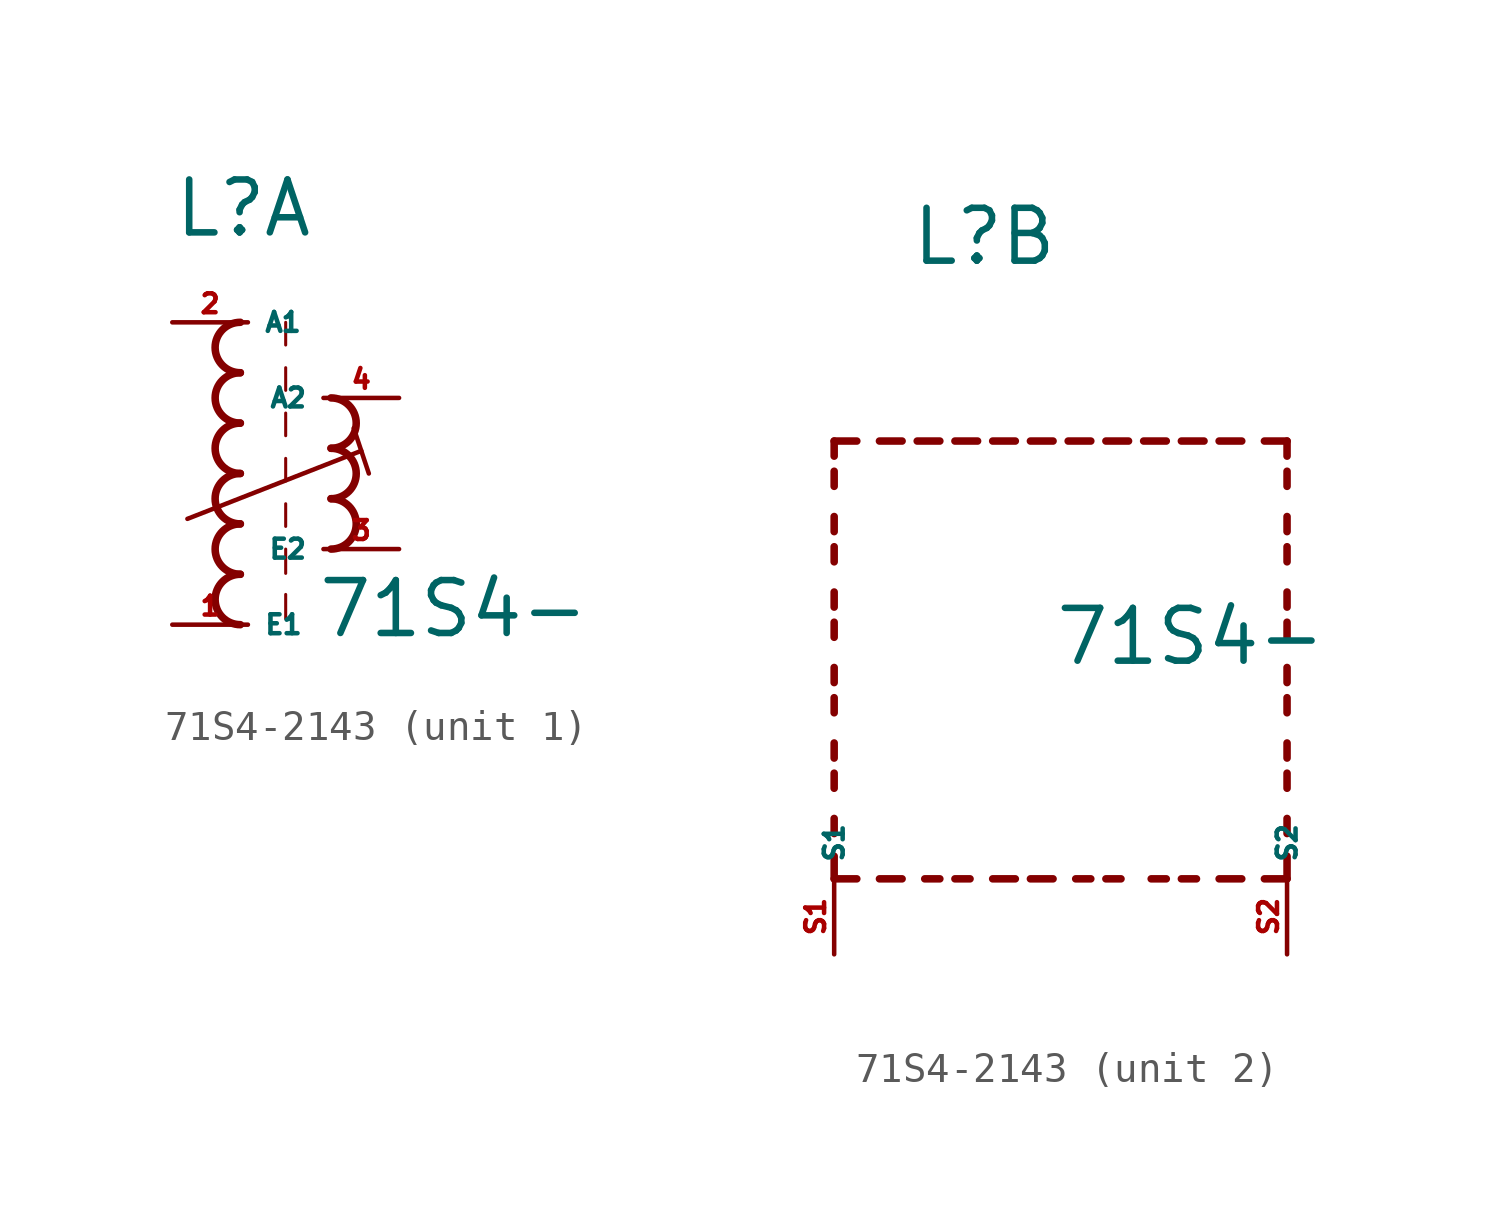
<source format=kicad_sym>
(kicad_symbol_lib
  (version 20220914)
  (generator kicad_symbol_editor)
  (symbol "71S4-2143"
    (property "Reference" "L"
      (at -2.54 7.874 0)
      (effects (font (size 1.778 1.778) (thickness 0.22)) (justify left bottom)))
    (property "Value" "71S4-"
      (at 2.286 -5.588 0)
      (effects (font (size 1.778 1.778) (thickness 0.22)) (justify left bottom)))
    (symbol "71S4-2143_1_0"
      (arc (start -0.254 -3.3866) (mid -1.1004 -4.2333) (end -0.254 -5.08) (stroke (width 0.254) (type default)) (fill (type none)))
      (arc (start -0.254 -1.6932) (mid -1.1004 -2.5399) (end -0.254 -3.3866) (stroke (width 0.254) (type default)) (fill (type none)))
      (arc (start -0.254 0) (mid -1.1004 -0.8467) (end -0.254 -1.6934) (stroke (width 0.254) (type default)) (fill (type none)))
      (arc (start -0.254 1.6934) (mid -1.1004 0.8467) (end -0.254 0) (stroke (width 0.254) (type default)) (fill (type none)))
      (arc (start -0.254 3.3866) (mid -1.1002 2.54) (end -0.254 1.6934) (stroke (width 0.254) (type default)) (fill (type none)))
      (arc (start -0.254 5.08) (mid -1.1004 4.2333) (end -0.254 3.3866) (stroke (width 0.254) (type default)) (fill (type none)))
      (polyline (pts (xy -2.032 -1.524) (xy 3.81 0.762)) (stroke (width 0.152) (type default)) (fill (type none)))
      (polyline (pts (xy 1.27 -4.064) (xy 1.27 -4.88)) (stroke (width 0.102) (type default)) (fill (type none)))
      (polyline (pts (xy 1.27 -2.54) (xy 1.27 -3.356)) (stroke (width 0.102) (type default)) (fill (type none)))
      (polyline (pts (xy 1.27 -1.016) (xy 1.27 -1.778)) (stroke (width 0.102) (type default)) (fill (type none)))
      (polyline (pts (xy 1.27 0.508) (xy 1.27 -0.254)) (stroke (width 0.102) (type default)) (fill (type none)))
      (polyline (pts (xy 1.27 2.032) (xy 1.27 1.27)) (stroke (width 0.102) (type default)) (fill (type none)))
      (polyline (pts (xy 1.27 3.556) (xy 1.27 2.794)) (stroke (width 0.102) (type default)) (fill (type none)))
      (polyline (pts (xy 1.27 5.08) (xy 1.27 4.318)) (stroke (width 0.102) (type default)) (fill (type none)))
      (polyline (pts (xy 3.556 1.524) (xy 4.064 0)) (stroke (width 0.152) (type default)) (fill (type none)))
      (arc (start 2.794 -2.54) (mid 3.6404 -1.6933) (end 2.794 -0.8466) (stroke (width 0.254) (type default)) (fill (type none)))
      (arc (start 2.794 -0.8466) (mid 3.6402 0) (end 2.794 0.8466) (stroke (width 0.254) (type default)) (fill (type none)))
      (arc (start 2.794 0.8466) (mid 3.6404 1.6933) (end 2.794 2.54) (stroke (width 0.254) (type default)) (fill (type none)))
      (pin passive line (at -2.54 -5.08 0) (length 2.54) (name "E1" (effects (font (size 0.635 0.635)))) (number "1" (effects (font (size 0.635 0.635)))))
      (pin passive line (at -2.54 5.08 0) (length 2.54) (name "A1" (effects (font (size 0.635 0.635)))) (number "2" (effects (font (size 0.635 0.635)))))
      (pin passive line (at 5.08 -2.54 180) (length 2.54) (name "E2" (effects (font (size 0.635 0.635)))) (number "3" (effects (font (size 0.635 0.635)))))
      (pin passive line (at 5.08 2.54 180) (length 2.54) (name "A2" (effects (font (size 0.635 0.635)))) (number "4" (effects (font (size 0.635 0.635))))))
    (symbol "71S4-2143_2_0"
      (polyline (pts (xy -5.08 -12.7) (xy -5.08 -11.938)) (stroke (width 0.254) (type default)) (fill (type none)))
      (polyline (pts (xy -5.08 -12.7) (xy -4.318 -12.7)) (stroke (width 0.254) (type default)) (fill (type none)))
      (polyline (pts (xy -5.08 -11.176) (xy -5.08 -10.668)) (stroke (width 0.254) (type default)) (fill (type none)))
      (polyline (pts (xy -5.08 -9.652) (xy -5.08 -9.144)) (stroke (width 0.254) (type default)) (fill (type none)))
      (polyline (pts (xy -5.08 -8.636) (xy -5.08 -8.128)) (stroke (width 0.254) (type default)) (fill (type none)))
      (polyline (pts (xy -5.08 -7.112) (xy -5.08 -6.604)) (stroke (width 0.254) (type default)) (fill (type none)))
      (polyline (pts (xy -5.08 -6.096) (xy -5.08 -5.588)) (stroke (width 0.254) (type default)) (fill (type none)))
      (polyline (pts (xy -5.08 -4.572) (xy -5.08 -4.064)) (stroke (width 0.254) (type default)) (fill (type none)))
      (polyline (pts (xy -5.08 -3.556) (xy -5.08 -3.048)) (stroke (width 0.254) (type default)) (fill (type none)))
      (polyline (pts (xy -5.08 -2.032) (xy -5.08 -1.524)) (stroke (width 0.254) (type default)) (fill (type none)))
      (polyline (pts (xy -5.08 -1.016) (xy -5.08 -0.508)) (stroke (width 0.254) (type default)) (fill (type none)))
      (polyline (pts (xy -5.08 0.508) (xy -5.08 1.016)) (stroke (width 0.254) (type default)) (fill (type none)))
      (polyline (pts (xy -5.08 1.524) (xy -5.08 2.032)) (stroke (width 0.254) (type default)) (fill (type none)))
      (polyline (pts (xy -5.08 2.032) (xy -4.318 2.032)) (stroke (width 0.254) (type default)) (fill (type none)))
      (polyline (pts (xy -3.556 -12.7) (xy -2.794 -12.7)) (stroke (width 0.254) (type default)) (fill (type none)))
      (polyline (pts (xy -3.556 2.032) (xy -2.794 2.032)) (stroke (width 0.254) (type default)) (fill (type none)))
      (polyline (pts (xy -1.524 -12.7) (xy -2.032 -12.7)) (stroke (width 0.254) (type default)) (fill (type none)))
      (polyline (pts (xy -1.524 2.032) (xy -2.286 2.032)) (stroke (width 0.254) (type default)) (fill (type none)))
      (polyline (pts (xy -1.016 2.032) (xy -0.254 2.032)) (stroke (width 0.254) (type default)) (fill (type none)))
      (polyline (pts (xy -0.508 -12.7) (xy -1.016 -12.7)) (stroke (width 0.254) (type default)) (fill (type none)))
      (polyline (pts (xy 1.016 -12.7) (xy 0.254 -12.7)) (stroke (width 0.254) (type default)) (fill (type none)))
      (polyline (pts (xy 1.016 2.032) (xy 0.254 2.032)) (stroke (width 0.254) (type default)) (fill (type none)))
      (polyline (pts (xy 1.524 -12.7) (xy 2.286 -12.7)) (stroke (width 0.254) (type default)) (fill (type none)))
      (polyline (pts (xy 1.524 2.032) (xy 2.286 2.032)) (stroke (width 0.254) (type default)) (fill (type none)))
      (polyline (pts (xy 3.556 -12.7) (xy 3.048 -12.7)) (stroke (width 0.254) (type default)) (fill (type none)))
      (polyline (pts (xy 3.556 2.032) (xy 2.794 2.032)) (stroke (width 0.254) (type default)) (fill (type none)))
      (polyline (pts (xy 4.064 2.032) (xy 4.826 2.032)) (stroke (width 0.254) (type default)) (fill (type none)))
      (polyline (pts (xy 4.572 -12.7) (xy 4.064 -12.7)) (stroke (width 0.254) (type default)) (fill (type none)))
      (polyline (pts (xy 6.096 -12.7) (xy 5.588 -12.7)) (stroke (width 0.254) (type default)) (fill (type none)))
      (polyline (pts (xy 6.096 2.032) (xy 5.334 2.032)) (stroke (width 0.254) (type default)) (fill (type none)))
      (polyline (pts (xy 6.604 2.032) (xy 7.366 2.032)) (stroke (width 0.254) (type default)) (fill (type none)))
      (polyline (pts (xy 7.112 -12.7) (xy 6.604 -12.7)) (stroke (width 0.254) (type default)) (fill (type none)))
      (polyline (pts (xy 8.636 -12.7) (xy 7.874 -12.7)) (stroke (width 0.254) (type default)) (fill (type none)))
      (polyline (pts (xy 8.636 2.032) (xy 7.874 2.032)) (stroke (width 0.254) (type default)) (fill (type none)))
      (polyline (pts (xy 10.16 -12.7) (xy 9.398 -12.7)) (stroke (width 0.254) (type default)) (fill (type none)))
      (polyline (pts (xy 10.16 -12.7) (xy 10.16 -11.938)) (stroke (width 0.254) (type default)) (fill (type none)))
      (polyline (pts (xy 10.16 -11.176) (xy 10.16 -10.668)) (stroke (width 0.254) (type default)) (fill (type none)))
      (polyline (pts (xy 10.16 -9.652) (xy 10.16 -9.144)) (stroke (width 0.254) (type default)) (fill (type none)))
      (polyline (pts (xy 10.16 -8.636) (xy 10.16 -8.128)) (stroke (width 0.254) (type default)) (fill (type none)))
      (polyline (pts (xy 10.16 -7.112) (xy 10.16 -6.604)) (stroke (width 0.254) (type default)) (fill (type none)))
      (polyline (pts (xy 10.16 -6.096) (xy 10.16 -5.588)) (stroke (width 0.254) (type default)) (fill (type none)))
      (polyline (pts (xy 10.16 -4.572) (xy 10.16 -4.064)) (stroke (width 0.254) (type default)) (fill (type none)))
      (polyline (pts (xy 10.16 -3.556) (xy 10.16 -3.048)) (stroke (width 0.254) (type default)) (fill (type none)))
      (polyline (pts (xy 10.16 -2.032) (xy 10.16 -1.524)) (stroke (width 0.254) (type default)) (fill (type none)))
      (polyline (pts (xy 10.16 -1.016) (xy 10.16 -0.508)) (stroke (width 0.254) (type default)) (fill (type none)))
      (polyline (pts (xy 10.16 0.508) (xy 10.16 1.016)) (stroke (width 0.254) (type default)) (fill (type none)))
      (polyline (pts (xy 10.16 1.524) (xy 10.16 2.032)) (stroke (width 0.254) (type default)) (fill (type none)))
      (polyline (pts (xy 10.16 2.032) (xy 9.398 2.032)) (stroke (width 0.254) (type default)) (fill (type none)))
      (pin passive line (at -5.08 -15.24 90) (length 2.54) (name "S1" (effects (font (size 0.635 0.635)))) (number "S1" (effects (font (size 0.635 0.635)))))
      (pin passive line (at 10.16 -15.24 90) (length 2.54) (name "S2" (effects (font (size 0.635 0.635)))) (number "S2" (effects (font (size 0.635 0.635))))))))
</source>
